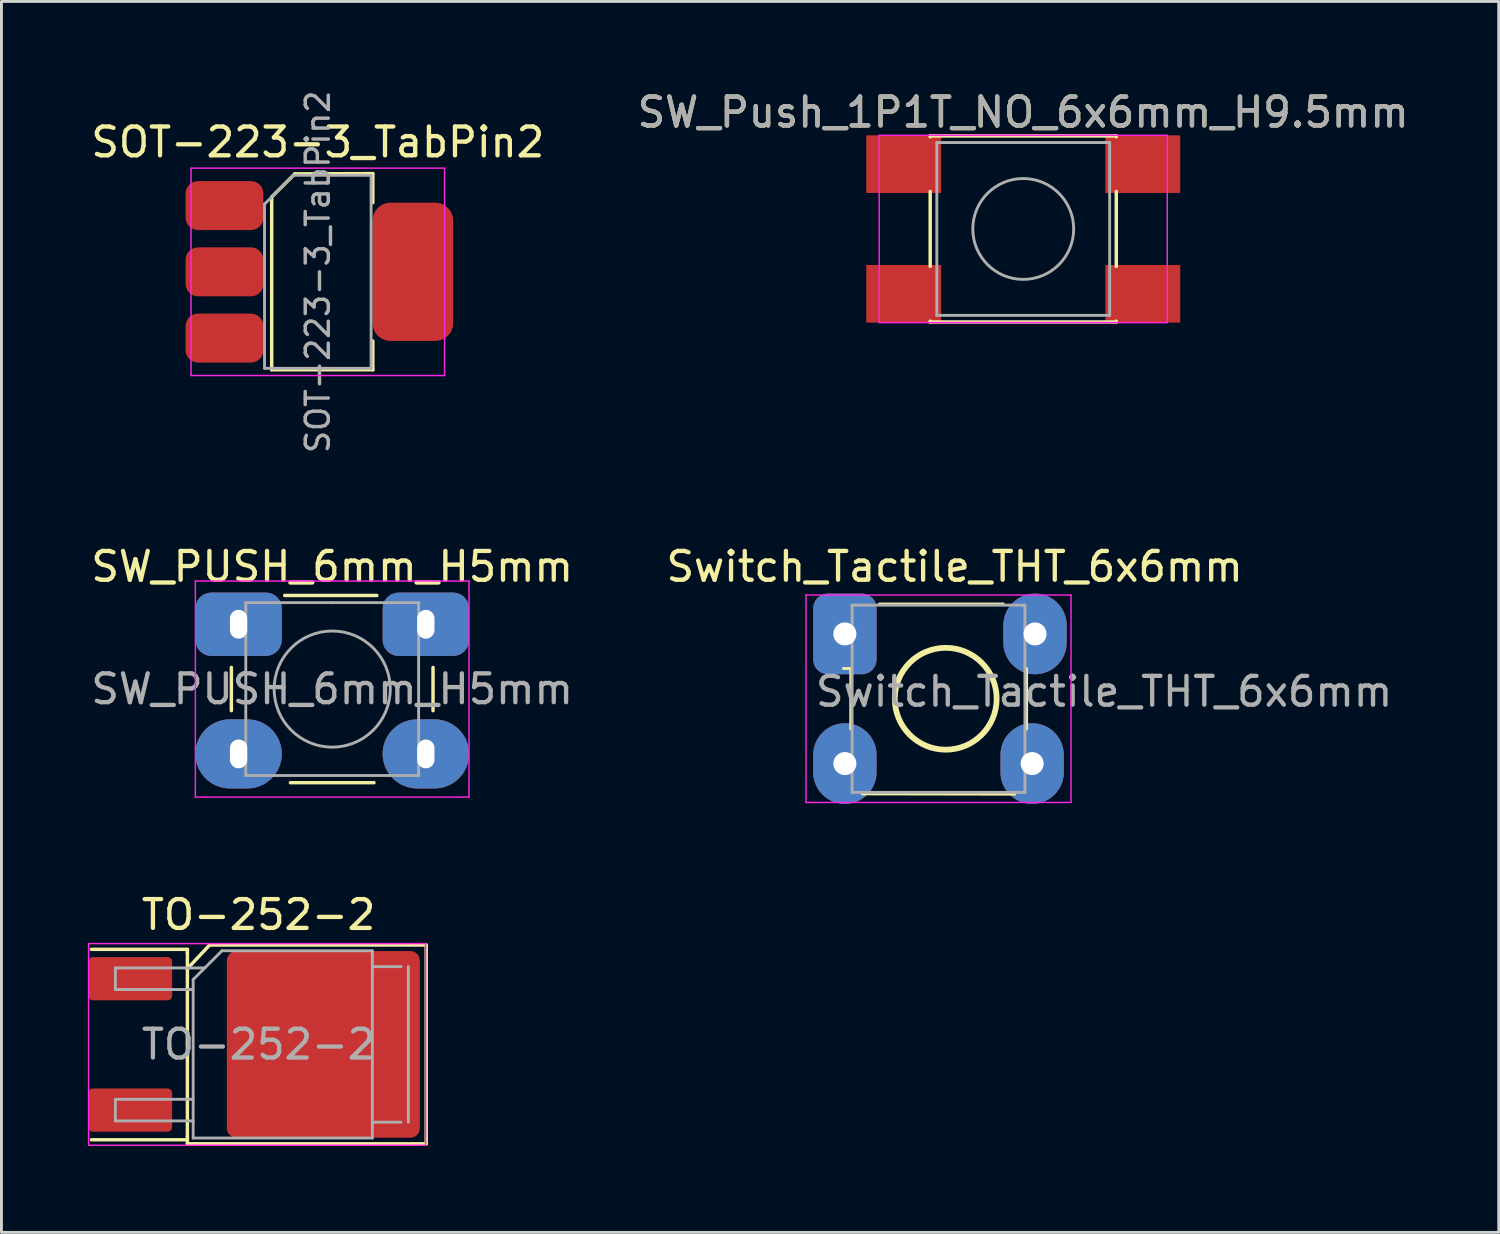
<source format=kicad_pcb>
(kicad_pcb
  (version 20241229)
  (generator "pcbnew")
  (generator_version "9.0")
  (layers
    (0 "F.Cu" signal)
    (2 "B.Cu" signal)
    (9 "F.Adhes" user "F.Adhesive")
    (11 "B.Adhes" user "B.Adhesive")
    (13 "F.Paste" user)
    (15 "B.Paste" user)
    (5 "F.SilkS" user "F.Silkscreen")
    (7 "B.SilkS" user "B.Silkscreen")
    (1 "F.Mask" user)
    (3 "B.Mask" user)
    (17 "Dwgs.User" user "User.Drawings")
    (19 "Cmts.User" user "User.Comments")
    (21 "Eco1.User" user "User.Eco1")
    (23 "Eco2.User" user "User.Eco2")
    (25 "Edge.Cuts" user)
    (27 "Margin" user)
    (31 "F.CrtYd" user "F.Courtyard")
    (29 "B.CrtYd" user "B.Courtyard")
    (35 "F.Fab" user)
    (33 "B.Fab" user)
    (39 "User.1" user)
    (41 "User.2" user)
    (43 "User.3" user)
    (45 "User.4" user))
  (footprint "SOT-223-3_TabPin2"
    (layer "F.Cu")
    (at 7.982 6.386)
    (property "Reference" "SOT-223-3_TabPin2" (at 0 -4.5 0) (layer "F.SilkS") (effects (font (size 1 1) (thickness 0.15))))
    (attr smd)
    (fp_line (start -1.6 -2.6) (end -1.6 3.4) (stroke (width 0.12) (type solid)) (layer "F.SilkS"))
    (fp_line (start -1.6 -2.6) (end -0.8 -3.4) (stroke (width 0.12) (type solid)) (layer "F.SilkS"))
    (fp_line (start -1.6 3.4) (end 1.91 3.4) (stroke (width 0.12) (type solid)) (layer "F.SilkS"))
    (fp_line (start -0.8 -3.4) (end 1.91 -3.41) (stroke (width 0.12) (type solid)) (layer "F.SilkS"))
    (fp_line (start 1.91 -3.41) (end 1.91 -2.4) (stroke (width 0.12) (type solid)) (layer "F.SilkS"))
    (fp_line (start 1.91 3.4) (end 1.91 2.4) (stroke (width 0.12) (type solid)) (layer "F.SilkS"))
    (fp_line (start -4.4 -3.6) (end -4.4 3.6) (stroke (width 0.05) (type solid)) (layer "F.CrtYd"))
    (fp_line (start -4.4 3.6) (end 4.4 3.6) (stroke (width 0.05) (type solid)) (layer "F.CrtYd"))
    (fp_line (start 4.4 -3.6) (end -4.4 -3.6) (stroke (width 0.05) (type solid)) (layer "F.CrtYd"))
    (fp_line (start 4.4 3.6) (end 4.4 -3.6) (stroke (width 0.05) (type solid)) (layer "F.CrtYd"))
    (fp_line (start -1.85 -2.35) (end -1.85 3.35) (stroke (width 0.1) (type solid)) (layer "F.Fab"))
    (fp_line (start -1.85 -2.35) (end -0.85 -3.35) (stroke (width 0.1) (type solid)) (layer "F.Fab"))
    (fp_line (start -1.85 3.35) (end 1.85 3.35) (stroke (width 0.1) (type solid)) (layer "F.Fab"))
    (fp_line (start -0.85 -3.35) (end 1.85 -3.35) (stroke (width 0.1) (type solid)) (layer "F.Fab"))
    (fp_line (start 1.85 -3.35) (end 1.85 3.35) (stroke (width 0.1) (type solid)) (layer "F.Fab"))
    (fp_text user "${REFERENCE}" (at 0 0 90) (layer "F.Fab") (effects (font (size 0.8 0.8) (thickness 0.12))))
    (pad "1" smd roundrect (at -3.24 -2.3) (size 2.7 1.7) (layers "F.Cu" "F.Mask" "F.Paste") (roundrect_rratio 0.25))
    (pad "2" smd roundrect (at -3.24 0) (size 2.7 1.7) (layers "F.Cu" "F.Mask" "F.Paste") (roundrect_rratio 0.25))
    (pad "2" smd roundrect (at 3.3 0) (size 2.8 4.8) (layers "F.Cu" "F.Mask" "F.Paste") (roundrect_rratio 0.22))
    (pad "3" smd roundrect (at -3.24 2.3) (size 2.7 1.7) (layers "F.Cu" "F.Mask" "F.Paste") (roundrect_rratio 0.25)))
  (footprint "Switch_Tactile_THT_6x6mm"
    (layer "F.Cu")
    (at 29.779 21.206)
    (property "Reference" "Switch_Tactile_THT_6x6mm" (at 0.31 -4.587 0) (layer "F.SilkS") (effects (font (size 1 1) (thickness 0.15))))
    (attr through_hole)
    (fp_line (start -3.297 -1.056) (end -3.297 1.052) (stroke (width 0.1) (type solid)) (layer "F.SilkS"))
    (fp_line (start -3.297 -1.05) (end -3.547 -1.05) (stroke (width 0.1) (type solid)) (layer "F.SilkS"))
    (fp_line (start -2.3 -3.291) (end 2 -3.291) (stroke (width 0.1) (type solid)) (layer "F.SilkS"))
    (fp_line (start 2.393 3.313) (end -2.9 3.303) (stroke (width 0.1) (type solid)) (layer "F.SilkS"))
    (fp_line (start 2.809 -1.045) (end 2.809 1.05) (stroke (width 0.1) (type solid)) (layer "F.SilkS"))
    (fp_circle (center 0 0) (end 1.768 0) (stroke (width 0.2) (type solid)) (fill no) (layer "F.SilkS"))
    (fp_line (start -4.85 -3.6) (end -4.85 3.6) (stroke (width 0.05) (type solid)) (layer "F.CrtYd"))
    (fp_line (start 4.35 -3.6) (end -4.85 -3.6) (stroke (width 0.05) (type solid)) (layer "F.CrtYd"))
    (fp_line (start 4.35 -3.6) (end 4.35 3.6) (stroke (width 0.05) (type solid)) (layer "F.CrtYd"))
    (fp_line (start 4.35 3.6) (end -4.85 3.6) (stroke (width 0.05) (type solid)) (layer "F.CrtYd"))
    (fp_line (start -3.25 -3.25) (end -3.25 3.25) (stroke (width 0.1) (type solid)) (layer "F.Fab"))
    (fp_line (start -3.25 -3.25) (end 2.75 -3.25) (stroke (width 0.1) (type solid)) (layer "F.Fab"))
    (fp_line (start 2.75 -3.25) (end 2.75 3.25) (stroke (width 0.1) (type solid)) (layer "F.Fab"))
    (fp_line (start 2.75 3.25) (end -3.25 3.25) (stroke (width 0.1) (type solid)) (layer "F.Fab"))
    (fp_text user "${REFERENCE}" (at 5.5 -0.25 0) (layer "F.Fab") (effects (font (size 1 1) (thickness 0.15))))
    (pad "1" thru_hole roundrect (at -3.5 -2.25) (size 2.2 2.8) (drill 0.8) (layers "*.Cu" "*.Mask") (roundrect_rratio 0.23))
    (pad "1" thru_hole oval (at 3.1 -2.25) (size 2.2 2.8) (drill 0.8) (layers "*.Cu" "*.Mask"))
    (pad "2" thru_hole oval (at -3.5 2.25) (size 2.2 2.8) (drill 0.8) (layers "*.Cu" "*.Mask"))
    (pad "2" thru_hole oval (at 3 2.25) (size 2.2 2.8) (drill 0.8) (layers "*.Cu" "*.Mask")))
  (footprint "SW_PUSH_6mm_H5mm"
    (layer "F.Cu")
    (at 5.232 18.62)
    (property "Reference" "SW_PUSH_6mm_H5mm" (at 3.25 -2 0) (layer "F.SilkS") (effects (font (size 1 1) (thickness 0.15))))
    (attr through_hole)
    (fp_line (start -0.25 1.5) (end -0.25 3) (stroke (width 0.12) (type solid)) (layer "F.SilkS"))
    (fp_line (start 1.8 5.5) (end 4.7 5.5) (stroke (width 0.12) (type solid)) (layer "F.SilkS"))
    (fp_line (start 4.8 -1) (end 1.6 -1) (stroke (width 0.12) (type solid)) (layer "F.SilkS"))
    (fp_line (start 6.75 3) (end 6.75 1.5) (stroke (width 0.12) (type solid)) (layer "F.SilkS"))
    (fp_line (start -1.5 -1.5) (end -1.25 -1.5) (stroke (width 0.05) (type solid)) (layer "F.CrtYd"))
    (fp_line (start -1.5 -1.25) (end -1.5 -1.5) (stroke (width 0.05) (type solid)) (layer "F.CrtYd"))
    (fp_line (start -1.5 5.75) (end -1.5 -1.25) (stroke (width 0.05) (type solid)) (layer "F.CrtYd"))
    (fp_line (start -1.5 5.75) (end -1.5 6) (stroke (width 0.05) (type solid)) (layer "F.CrtYd"))
    (fp_line (start -1.5 6) (end -1.25 6) (stroke (width 0.05) (type solid)) (layer "F.CrtYd"))
    (fp_line (start -1.25 -1.5) (end 7.75 -1.5) (stroke (width 0.05) (type solid)) (layer "F.CrtYd"))
    (fp_line (start 7.75 -1.5) (end 8 -1.5) (stroke (width 0.05) (type solid)) (layer "F.CrtYd"))
    (fp_line (start 7.75 6) (end -1.25 6) (stroke (width 0.05) (type solid)) (layer "F.CrtYd"))
    (fp_line (start 7.75 6) (end 8 6) (stroke (width 0.05) (type solid)) (layer "F.CrtYd"))
    (fp_line (start 8 -1.5) (end 8 -1.25) (stroke (width 0.05) (type solid)) (layer "F.CrtYd"))
    (fp_line (start 8 -1.25) (end 8 5.75) (stroke (width 0.05) (type solid)) (layer "F.CrtYd"))
    (fp_line (start 8 6) (end 8 5.75) (stroke (width 0.05) (type solid)) (layer "F.CrtYd"))
    (fp_line (start 0.25 -0.75) (end 3.25 -0.75) (stroke (width 0.1) (type solid)) (layer "F.Fab"))
    (fp_line (start 0.25 5.25) (end 0.25 -0.75) (stroke (width 0.1) (type solid)) (layer "F.Fab"))
    (fp_line (start 3.25 -0.75) (end 6.25 -0.75) (stroke (width 0.1) (type solid)) (layer "F.Fab"))
    (fp_line (start 6.25 -0.75) (end 6.25 5.25) (stroke (width 0.1) (type solid)) (layer "F.Fab"))
    (fp_line (start 6.25 5.25) (end 0.25 5.25) (stroke (width 0.1) (type solid)) (layer "F.Fab"))
    (fp_circle (center 3.25 2.25) (end 1.25 2.5) (stroke (width 0.1) (type solid)) (fill no) (layer "F.Fab"))
    (fp_text user "${REFERENCE}" (at 3.25 2.25 0) (layer "F.Fab") (effects (font (size 1 1) (thickness 0.15))))
    (pad "1" thru_hole roundrect (at 0 0 90) (size 2.2 3) (drill oval 1 0.6) (layers "*.Cu" "*.Mask") (roundrect_rratio 0.25))
    (pad "1" thru_hole roundrect (at 6.5 0 90) (size 2.2 3) (drill oval 1 0.6) (layers "*.Cu" "*.Mask") (roundrect_rratio 0.25))
    (pad "2" thru_hole oval (at 0 4.5 90) (size 2.4 3) (drill oval 1 0.6) (layers "*.Cu" "*.Mask"))
    (pad "2" thru_hole oval (at 6.5 4.5 90) (size 2.4 3) (drill oval 1 0.6) (layers "*.Cu" "*.Mask")))
  (footprint "SW_Push_1P1T_NO_6x6mm_H9.5mm"
    (layer "F.Cu")
    (at 32.47 4.898)
    (property "Reference" "SW_Push_1P1T_NO_6x6mm_H9.5mm" (at 0 -4.05 0) (layer "F.SilkS") (effects (font (size 1 1) (thickness 0.15))))
    (attr smd)
    (fp_line (start -3.23 -3.23) (end 3.23 -3.23) (stroke (width 0.12) (type solid)) (layer "F.SilkS"))
    (fp_line (start -3.23 -3.2) (end -3.23 -3.23) (stroke (width 0.12) (type solid)) (layer "F.SilkS"))
    (fp_line (start -3.23 -1.3) (end -3.23 1.3) (stroke (width 0.12) (type solid)) (layer "F.SilkS"))
    (fp_line (start -3.23 3.23) (end -3.23 3.2) (stroke (width 0.12) (type solid)) (layer "F.SilkS"))
    (fp_line (start -3.23 3.23) (end 3.23 3.23) (stroke (width 0.12) (type solid)) (layer "F.SilkS"))
    (fp_line (start 3.23 -3.23) (end 3.23 -3.2) (stroke (width 0.12) (type solid)) (layer "F.SilkS"))
    (fp_line (start 3.23 -1.3) (end 3.23 1.3) (stroke (width 0.12) (type solid)) (layer "F.SilkS"))
    (fp_line (start 3.23 3.23) (end 3.23 3.2) (stroke (width 0.12) (type solid)) (layer "F.SilkS"))
    (fp_line (start -5 -3.25) (end -5 3.25) (stroke (width 0.05) (type solid)) (layer "F.CrtYd"))
    (fp_line (start -5 -3.25) (end 5 -3.25) (stroke (width 0.05) (type solid)) (layer "F.CrtYd"))
    (fp_line (start -5 3.25) (end 5 3.25) (stroke (width 0.05) (type solid)) (layer "F.CrtYd"))
    (fp_line (start 5 3.25) (end 5 -3.25) (stroke (width 0.05) (type solid)) (layer "F.CrtYd"))
    (fp_line (start -3 -3) (end -3 3) (stroke (width 0.1) (type solid)) (layer "F.Fab"))
    (fp_line (start -3 3) (end 3 3) (stroke (width 0.1) (type solid)) (layer "F.Fab"))
    (fp_line (start 3 -3) (end -3 -3) (stroke (width 0.1) (type solid)) (layer "F.Fab"))
    (fp_line (start 3 3) (end 3 -3) (stroke (width 0.1) (type solid)) (layer "F.Fab"))
    (fp_circle (center 0 0) (end 1.75 -0.05) (stroke (width 0.1) (type solid)) (fill no) (layer "F.Fab"))
    (fp_text user "${REFERENCE}" (at 0 -4.05 0) (layer "F.Fab") (effects (font (size 1 1) (thickness 0.15))))
    (pad "1" smd rect (at -4.15 -2.25) (size 2.6 2) (layers "F.Cu" "F.Mask" "F.Paste"))
    (pad "1" smd rect (at 4.15 -2.25) (size 2.6 2) (layers "F.Cu" "F.Mask" "F.Paste"))
    (pad "2" smd rect (at -4.15 2.25) (size 2.6 2) (layers "F.Cu" "F.Mask" "F.Paste"))
    (pad "2" smd rect (at 4.15 2.25) (size 2.6 2) (layers "F.Cu" "F.Mask" "F.Paste")))
  (footprint "TO-252-2"
    (layer "F.Cu")
    (at 5.925 33.205)
    (property "Reference" "TO-252-2" (at 0 -4.5 0) (layer "F.SilkS") (effects (font (size 1 1) (thickness 0.15))))
    (attr smd)
    (fp_line (start -2.47 -3.3) (end -5.8 -3.3) (stroke (width 0.12) (type solid)) (layer "F.SilkS"))
    (fp_line (start -2.47 -3.3) (end -2.47 -3.18) (stroke (width 0.12) (type solid)) (layer "F.SilkS"))
    (fp_line (start -2.47 -3.18) (end -2.47 3.18) (stroke (width 0.12) (type solid)) (layer "F.SilkS"))
    (fp_line (start -2.47 3.31) (end -5.8 3.31) (stroke (width 0.12) (type solid)) (layer "F.SilkS"))
    (fp_line (start -2.47 3.45) (end -2.47 3.18) (stroke (width 0.12) (type solid)) (layer "F.SilkS"))
    (fp_line (start -1.7 -3.45) (end -2.475 -2.625) (stroke (width 0.12) (type solid)) (layer "F.SilkS"))
    (fp_line (start 5.82 -3.45) (end -1.7 -3.45) (stroke (width 0.12) (type solid)) (layer "F.SilkS"))
    (fp_line (start 5.82 -3.45) (end 5.82 3.45) (stroke (width 0.12) (type solid)) (layer "F.SilkS"))
    (fp_line (start 5.82 3.45) (end -2.47 3.45) (stroke (width 0.12) (type solid)) (layer "F.SilkS"))
    (fp_line (start -5.9 -3.5) (end -5.9 3.5) (stroke (width 0.05) (type solid)) (layer "F.CrtYd"))
    (fp_line (start -5.9 3.5) (end 5.8 3.5) (stroke (width 0.05) (type solid)) (layer "F.CrtYd"))
    (fp_line (start 5.8 -3.5) (end -5.9 -3.5) (stroke (width 0.05) (type solid)) (layer "F.CrtYd"))
    (fp_line (start 5.8 3.5) (end 5.8 -3.5) (stroke (width 0.05) (type solid)) (layer "F.CrtYd"))
    (fp_line (start -4.97 -2.655) (end -4.97 -1.905) (stroke (width 0.1) (type solid)) (layer "F.Fab"))
    (fp_line (start -4.97 -1.905) (end -2.27 -1.905) (stroke (width 0.1) (type solid)) (layer "F.Fab"))
    (fp_line (start -4.97 1.905) (end -4.97 2.655) (stroke (width 0.1) (type solid)) (layer "F.Fab"))
    (fp_line (start -4.97 2.655) (end -2.27 2.655) (stroke (width 0.1) (type solid)) (layer "F.Fab"))
    (fp_line (start -2.27 -2.25) (end -1.27 -3.25) (stroke (width 0.1) (type solid)) (layer "F.Fab"))
    (fp_line (start -2.27 1.905) (end -4.97 1.905) (stroke (width 0.1) (type solid)) (layer "F.Fab"))
    (fp_line (start -2.27 3.25) (end -2.27 -2.25) (stroke (width 0.1) (type solid)) (layer "F.Fab"))
    (fp_line (start -1.865 -2.655) (end -4.97 -2.655) (stroke (width 0.1) (type solid)) (layer "F.Fab"))
    (fp_line (start -1.27 -3.25) (end 3.95 -3.25) (stroke (width 0.1) (type solid)) (layer "F.Fab"))
    (fp_line (start 3.95 -3.25) (end 3.95 3.25) (stroke (width 0.1) (type solid)) (layer "F.Fab"))
    (fp_line (start 3.95 -2.7) (end 4.95 -2.7) (stroke (width 0.1) (type solid)) (layer "F.Fab"))
    (fp_line (start 3.95 3.25) (end -2.27 3.25) (stroke (width 0.1) (type solid)) (layer "F.Fab"))
    (fp_line (start 4.95 2.7) (end 3.95 2.7) (stroke (width 0.1) (type solid)) (layer "F.Fab"))
    (fp_line (start 5.2 -2.7) (end 5.2 2.7) (stroke (width 0.1) (type solid)) (layer "F.Fab"))
    (fp_text user "${REFERENCE}" (at 0 0 0) (layer "F.Fab") (effects (font (size 1 1) (thickness 0.15))))
    (pad "" smd rect (at 0.425 -1.525) (size 3 2.7) (layers "F.Paste"))
    (pad "" smd rect (at 0.425 1.525) (size 3 2.7) (layers "F.Paste"))
    (pad "" smd rect (at 3.775 -1.525) (size 3 2.7) (layers "F.Paste"))
    (pad "" smd rect (at 3.775 1.525) (size 3 2.7) (layers "F.Paste"))
    (pad "D" smd roundrect (at 2.25 0) (size 6.7 6.48) (layers "F.Cu" "F.Mask") (roundrect_rratio 0.05))
    (pad "G" smd roundrect (at -4.45 -2.28) (size 2.9 1.5) (layers "F.Cu" "F.Mask" "F.Paste") (roundrect_rratio 0.1))
    (pad "S" smd roundrect (at -4.45 2.28) (size 2.9 1.5) (layers "F.Cu" "F.Mask" "F.Paste") (roundrect_rratio 0.1)))
  (gr_rect
    (start -3 -3)
    (end 48.976 39.73)
    (stroke (width 0.1) (type default))
    (fill no)
    (layer "Edge.Cuts")))
</source>
